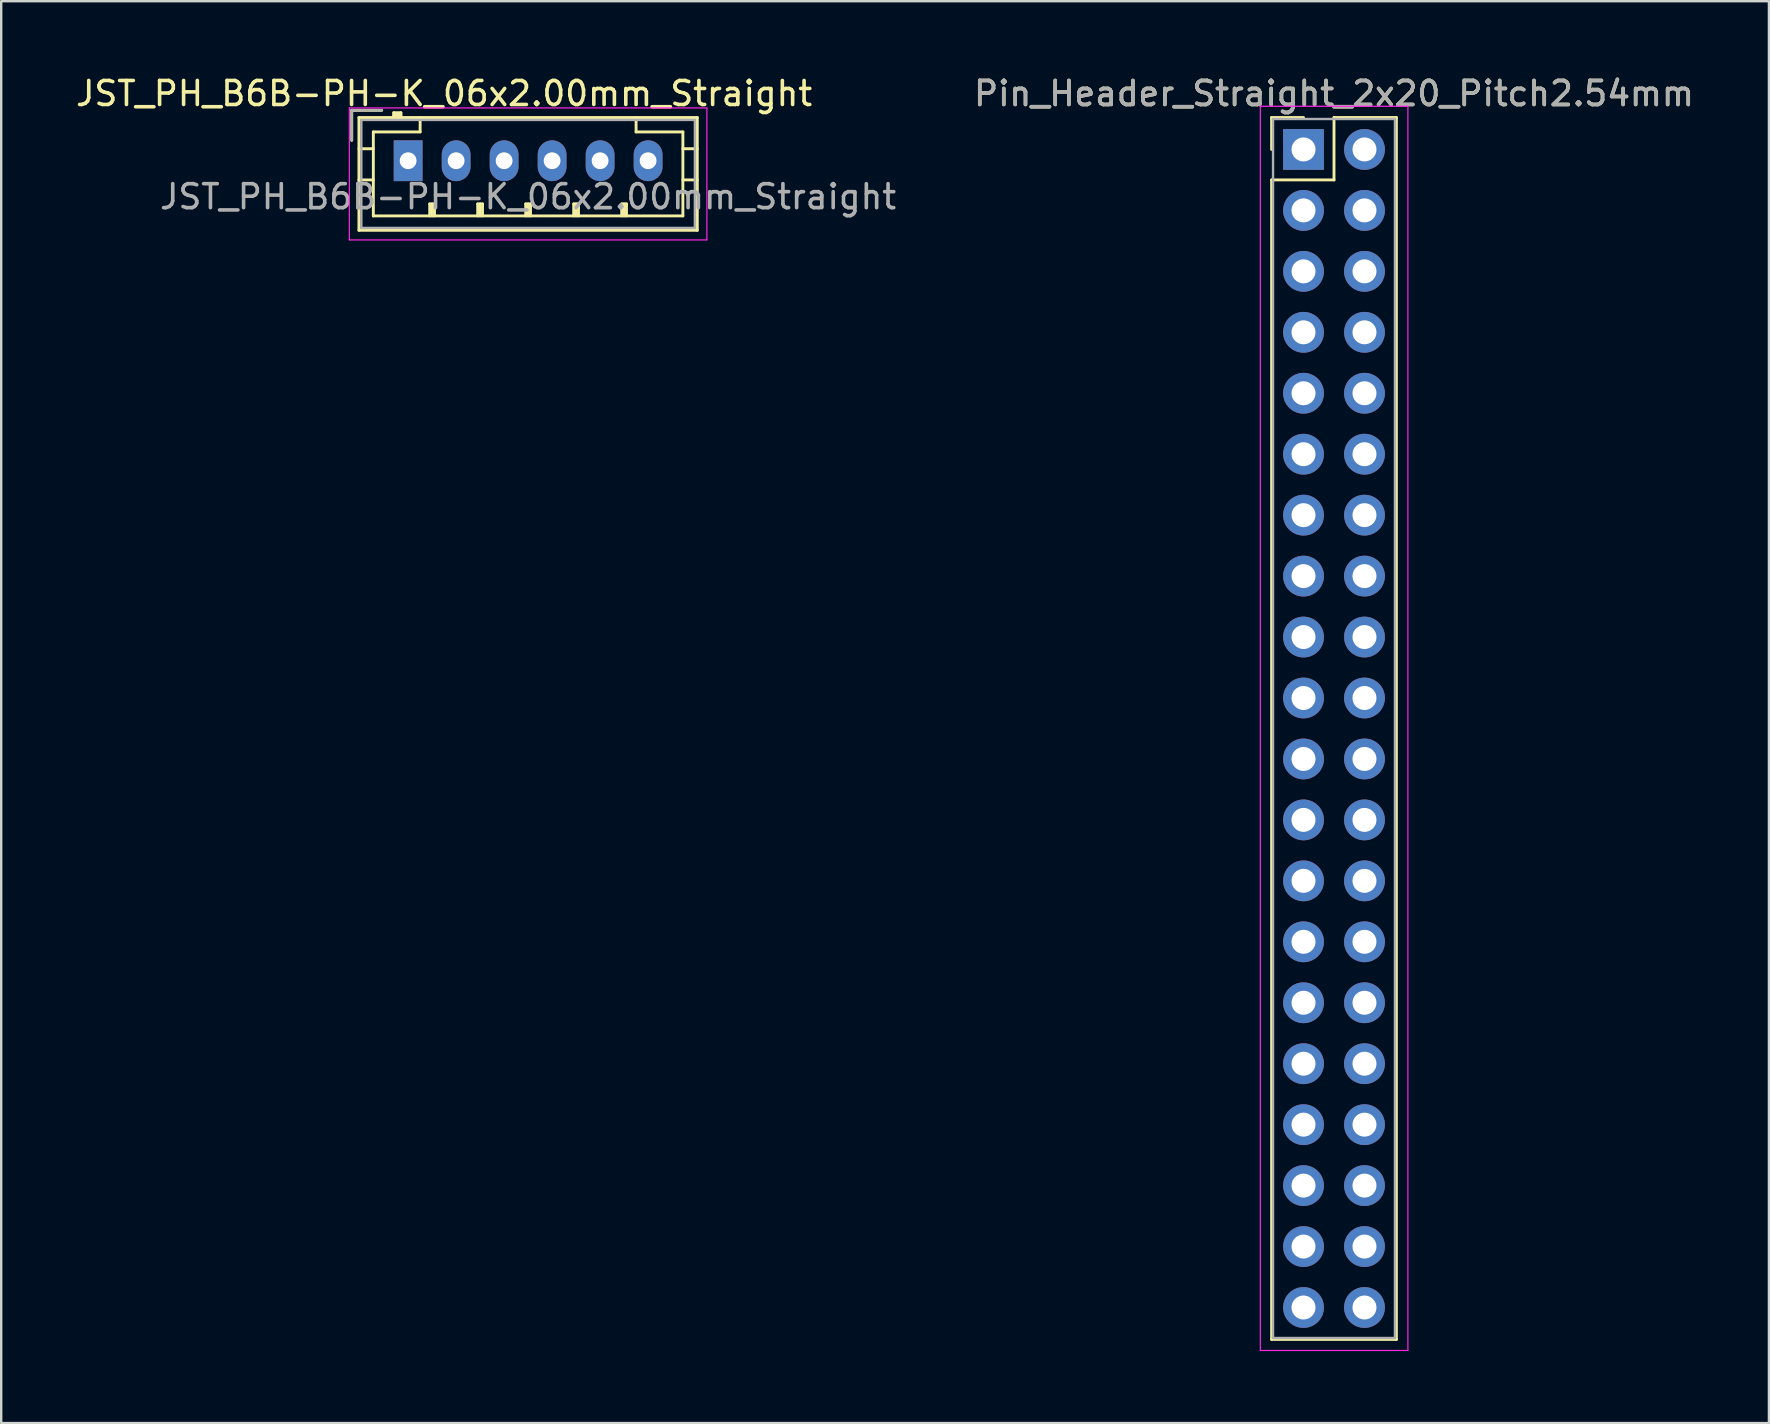
<source format=kicad_pcb>
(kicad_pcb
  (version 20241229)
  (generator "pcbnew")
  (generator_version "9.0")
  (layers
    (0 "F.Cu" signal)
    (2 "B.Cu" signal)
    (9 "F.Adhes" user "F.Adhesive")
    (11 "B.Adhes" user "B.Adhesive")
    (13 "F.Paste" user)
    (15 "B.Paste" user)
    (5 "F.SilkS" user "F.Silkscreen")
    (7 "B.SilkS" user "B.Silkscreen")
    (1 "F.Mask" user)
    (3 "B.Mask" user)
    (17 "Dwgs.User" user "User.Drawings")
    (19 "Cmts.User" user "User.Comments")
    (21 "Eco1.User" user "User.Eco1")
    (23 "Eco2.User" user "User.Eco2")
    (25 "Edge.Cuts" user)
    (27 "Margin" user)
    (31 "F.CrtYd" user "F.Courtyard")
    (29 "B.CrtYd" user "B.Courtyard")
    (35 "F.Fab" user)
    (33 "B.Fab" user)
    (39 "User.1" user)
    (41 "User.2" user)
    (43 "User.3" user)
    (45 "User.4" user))
  (footprint "Pin_Header_Straight_2x20_Pitch2.54mm"
    (layer "F.Cu")
    (at 51.272 3.178)
    (property "Reference" "Pin_Header_Straight_2x20_Pitch2.54mm" (at 1.27 -2.33 0) (layer "F.SilkS") (effects (font (size 1 1) (thickness 0.15))))
    (attr through_hole)
    (fp_line (start -1.33 -1.33) (end 0 -1.33) (stroke (width 0.12) (type solid)) (layer "F.SilkS"))
    (fp_line (start -1.33 0) (end -1.33 -1.33) (stroke (width 0.12) (type solid)) (layer "F.SilkS"))
    (fp_line (start -1.33 1.27) (end -1.33 49.59) (stroke (width 0.12) (type solid)) (layer "F.SilkS"))
    (fp_line (start -1.33 49.59) (end 3.87 49.59) (stroke (width 0.12) (type solid)) (layer "F.SilkS"))
    (fp_line (start 1.27 -1.33) (end 1.27 1.27) (stroke (width 0.12) (type solid)) (layer "F.SilkS"))
    (fp_line (start 1.27 1.27) (end -1.33 1.27) (stroke (width 0.12) (type solid)) (layer "F.SilkS"))
    (fp_line (start 3.87 -1.33) (end 1.27 -1.33) (stroke (width 0.12) (type solid)) (layer "F.SilkS"))
    (fp_line (start 3.87 49.59) (end 3.87 -1.33) (stroke (width 0.12) (type solid)) (layer "F.SilkS"))
    (fp_line (start -1.8 -1.8) (end -1.8 50.05) (stroke (width 0.05) (type solid)) (layer "F.CrtYd"))
    (fp_line (start -1.8 50.05) (end 4.35 50.05) (stroke (width 0.05) (type solid)) (layer "F.CrtYd"))
    (fp_line (start 4.35 -1.8) (end -1.8 -1.8) (stroke (width 0.05) (type solid)) (layer "F.CrtYd"))
    (fp_line (start 4.35 50.05) (end 4.35 -1.8) (stroke (width 0.05) (type solid)) (layer "F.CrtYd"))
    (fp_line (start -1.27 -1.27) (end -1.27 49.53) (stroke (width 0.1) (type solid)) (layer "F.Fab"))
    (fp_line (start -1.27 49.53) (end 3.81 49.53) (stroke (width 0.1) (type solid)) (layer "F.Fab"))
    (fp_line (start 3.81 -1.27) (end -1.27 -1.27) (stroke (width 0.1) (type solid)) (layer "F.Fab"))
    (fp_line (start 3.81 49.53) (end 3.81 -1.27) (stroke (width 0.1) (type solid)) (layer "F.Fab"))
    (fp_text user "${REFERENCE}" (at 1.27 -2.33 0) (layer "F.Fab") (effects (font (size 1 1) (thickness 0.15))))
    (pad "1" thru_hole rect (at 0 0) (size 1.7 1.7) (drill 1) (layers "*.Cu" "*.Mask"))
    (pad "2" thru_hole oval (at 2.54 0) (size 1.7 1.7) (drill 1) (layers "*.Cu" "*.Mask"))
    (pad "3" thru_hole oval (at 0 2.54) (size 1.7 1.7) (drill 1) (layers "*.Cu" "*.Mask"))
    (pad "4" thru_hole oval (at 2.54 2.54) (size 1.7 1.7) (drill 1) (layers "*.Cu" "*.Mask"))
    (pad "5" thru_hole oval (at 0 5.08) (size 1.7 1.7) (drill 1) (layers "*.Cu" "*.Mask"))
    (pad "6" thru_hole oval (at 2.54 5.08) (size 1.7 1.7) (drill 1) (layers "*.Cu" "*.Mask"))
    (pad "7" thru_hole oval (at 0 7.62) (size 1.7 1.7) (drill 1) (layers "*.Cu" "*.Mask"))
    (pad "8" thru_hole oval (at 2.54 7.62) (size 1.7 1.7) (drill 1) (layers "*.Cu" "*.Mask"))
    (pad "9" thru_hole oval (at 0 10.16) (size 1.7 1.7) (drill 1) (layers "*.Cu" "*.Mask"))
    (pad "10" thru_hole oval (at 2.54 10.16) (size 1.7 1.7) (drill 1) (layers "*.Cu" "*.Mask"))
    (pad "11" thru_hole oval (at 0 12.7) (size 1.7 1.7) (drill 1) (layers "*.Cu" "*.Mask"))
    (pad "12" thru_hole oval (at 2.54 12.7) (size 1.7 1.7) (drill 1) (layers "*.Cu" "*.Mask"))
    (pad "13" thru_hole oval (at 0 15.24) (size 1.7 1.7) (drill 1) (layers "*.Cu" "*.Mask"))
    (pad "14" thru_hole oval (at 2.54 15.24) (size 1.7 1.7) (drill 1) (layers "*.Cu" "*.Mask"))
    (pad "15" thru_hole oval (at 0 17.78) (size 1.7 1.7) (drill 1) (layers "*.Cu" "*.Mask"))
    (pad "16" thru_hole oval (at 2.54 17.78) (size 1.7 1.7) (drill 1) (layers "*.Cu" "*.Mask"))
    (pad "17" thru_hole oval (at 0 20.32) (size 1.7 1.7) (drill 1) (layers "*.Cu" "*.Mask"))
    (pad "18" thru_hole oval (at 2.54 20.32) (size 1.7 1.7) (drill 1) (layers "*.Cu" "*.Mask"))
    (pad "19" thru_hole oval (at 0 22.86) (size 1.7 1.7) (drill 1) (layers "*.Cu" "*.Mask"))
    (pad "20" thru_hole oval (at 2.54 22.86) (size 1.7 1.7) (drill 1) (layers "*.Cu" "*.Mask"))
    (pad "21" thru_hole oval (at 0 25.4) (size 1.7 1.7) (drill 1) (layers "*.Cu" "*.Mask"))
    (pad "22" thru_hole oval (at 2.54 25.4) (size 1.7 1.7) (drill 1) (layers "*.Cu" "*.Mask"))
    (pad "23" thru_hole oval (at 0 27.94) (size 1.7 1.7) (drill 1) (layers "*.Cu" "*.Mask"))
    (pad "24" thru_hole oval (at 2.54 27.94) (size 1.7 1.7) (drill 1) (layers "*.Cu" "*.Mask"))
    (pad "25" thru_hole oval (at 0 30.48) (size 1.7 1.7) (drill 1) (layers "*.Cu" "*.Mask"))
    (pad "26" thru_hole oval (at 2.54 30.48) (size 1.7 1.7) (drill 1) (layers "*.Cu" "*.Mask"))
    (pad "27" thru_hole oval (at 0 33.02) (size 1.7 1.7) (drill 1) (layers "*.Cu" "*.Mask"))
    (pad "28" thru_hole oval (at 2.54 33.02) (size 1.7 1.7) (drill 1) (layers "*.Cu" "*.Mask"))
    (pad "29" thru_hole oval (at 0 35.56) (size 1.7 1.7) (drill 1) (layers "*.Cu" "*.Mask"))
    (pad "30" thru_hole oval (at 2.54 35.56) (size 1.7 1.7) (drill 1) (layers "*.Cu" "*.Mask"))
    (pad "31" thru_hole oval (at 0 38.1) (size 1.7 1.7) (drill 1) (layers "*.Cu" "*.Mask"))
    (pad "32" thru_hole oval (at 2.54 38.1) (size 1.7 1.7) (drill 1) (layers "*.Cu" "*.Mask"))
    (pad "33" thru_hole oval (at 0 40.64) (size 1.7 1.7) (drill 1) (layers "*.Cu" "*.Mask"))
    (pad "34" thru_hole oval (at 2.54 40.64) (size 1.7 1.7) (drill 1) (layers "*.Cu" "*.Mask"))
    (pad "35" thru_hole oval (at 0 43.18) (size 1.7 1.7) (drill 1) (layers "*.Cu" "*.Mask"))
    (pad "36" thru_hole oval (at 2.54 43.18) (size 1.7 1.7) (drill 1) (layers "*.Cu" "*.Mask"))
    (pad "37" thru_hole oval (at 0 45.72) (size 1.7 1.7) (drill 1) (layers "*.Cu" "*.Mask"))
    (pad "38" thru_hole oval (at 2.54 45.72) (size 1.7 1.7) (drill 1) (layers "*.Cu" "*.Mask"))
    (pad "39" thru_hole oval (at 0 48.26) (size 1.7 1.7) (drill 1) (layers "*.Cu" "*.Mask"))
    (pad "40" thru_hole oval (at 2.54 48.26) (size 1.7 1.7) (drill 1) (layers "*.Cu" "*.Mask")))
  (footprint "JST_PH_B6B-PH-K_06x2.00mm_Straight"
    (layer "F.Cu")
    (at 13.958 3.648)
    (property "Reference" "JST_PH_B6B-PH-K_06x2.00mm_Straight" (at 1.5 -2.8 0) (layer "F.SilkS") (effects (font (size 1 1) (thickness 0.15))))
    (attr through_hole)
    (fp_line (start -2.35 -2.1) (end -2.35 -0.85) (stroke (width 0.12) (type solid)) (layer "F.SilkS"))
    (fp_line (start -2.05 -1.8) (end -2.05 2.9) (stroke (width 0.12) (type solid)) (layer "F.SilkS"))
    (fp_line (start -2.05 -0.5) (end -1.45 -0.5) (stroke (width 0.12) (type solid)) (layer "F.SilkS"))
    (fp_line (start -2.05 0.8) (end -1.45 0.8) (stroke (width 0.12) (type solid)) (layer "F.SilkS"))
    (fp_line (start -2.05 2.9) (end 12.05 2.9) (stroke (width 0.12) (type solid)) (layer "F.SilkS"))
    (fp_line (start -1.45 -1.2) (end -1.45 2.3) (stroke (width 0.12) (type solid)) (layer "F.SilkS"))
    (fp_line (start -1.45 2.3) (end 11.45 2.3) (stroke (width 0.12) (type solid)) (layer "F.SilkS"))
    (fp_line (start -1.1 -2.1) (end -2.35 -2.1) (stroke (width 0.12) (type solid)) (layer "F.SilkS"))
    (fp_line (start -0.6 -2) (end -0.6 -1.8) (stroke (width 0.12) (type solid)) (layer "F.SilkS"))
    (fp_line (start -0.3 -2) (end -0.6 -2) (stroke (width 0.12) (type solid)) (layer "F.SilkS"))
    (fp_line (start -0.3 -1.9) (end -0.6 -1.9) (stroke (width 0.12) (type solid)) (layer "F.SilkS"))
    (fp_line (start -0.3 -1.8) (end -0.3 -2) (stroke (width 0.12) (type solid)) (layer "F.SilkS"))
    (fp_line (start 0.5 -1.8) (end 0.5 -1.2) (stroke (width 0.12) (type solid)) (layer "F.SilkS"))
    (fp_line (start 0.5 -1.2) (end -1.45 -1.2) (stroke (width 0.12) (type solid)) (layer "F.SilkS"))
    (fp_line (start 0.9 1.8) (end 1.1 1.8) (stroke (width 0.12) (type solid)) (layer "F.SilkS"))
    (fp_line (start 0.9 2.3) (end 0.9 1.8) (stroke (width 0.12) (type solid)) (layer "F.SilkS"))
    (fp_line (start 1 2.3) (end 1 1.8) (stroke (width 0.12) (type solid)) (layer "F.SilkS"))
    (fp_line (start 1.1 1.8) (end 1.1 2.3) (stroke (width 0.12) (type solid)) (layer "F.SilkS"))
    (fp_line (start 2.9 1.8) (end 3.1 1.8) (stroke (width 0.12) (type solid)) (layer "F.SilkS"))
    (fp_line (start 2.9 2.3) (end 2.9 1.8) (stroke (width 0.12) (type solid)) (layer "F.SilkS"))
    (fp_line (start 3 2.3) (end 3 1.8) (stroke (width 0.12) (type solid)) (layer "F.SilkS"))
    (fp_line (start 3.1 1.8) (end 3.1 2.3) (stroke (width 0.12) (type solid)) (layer "F.SilkS"))
    (fp_line (start 4.9 1.8) (end 5.1 1.8) (stroke (width 0.12) (type solid)) (layer "F.SilkS"))
    (fp_line (start 4.9 2.3) (end 4.9 1.8) (stroke (width 0.12) (type solid)) (layer "F.SilkS"))
    (fp_line (start 5 2.3) (end 5 1.8) (stroke (width 0.12) (type solid)) (layer "F.SilkS"))
    (fp_line (start 5.1 1.8) (end 5.1 2.3) (stroke (width 0.12) (type solid)) (layer "F.SilkS"))
    (fp_line (start 6.9 1.8) (end 7.1 1.8) (stroke (width 0.12) (type solid)) (layer "F.SilkS"))
    (fp_line (start 6.9 2.3) (end 6.9 1.8) (stroke (width 0.12) (type solid)) (layer "F.SilkS"))
    (fp_line (start 7 2.3) (end 7 1.8) (stroke (width 0.12) (type solid)) (layer "F.SilkS"))
    (fp_line (start 7.1 1.8) (end 7.1 2.3) (stroke (width 0.12) (type solid)) (layer "F.SilkS"))
    (fp_line (start 8.9 1.8) (end 9.1 1.8) (stroke (width 0.12) (type solid)) (layer "F.SilkS"))
    (fp_line (start 8.9 2.3) (end 8.9 1.8) (stroke (width 0.12) (type solid)) (layer "F.SilkS"))
    (fp_line (start 9 2.3) (end 9 1.8) (stroke (width 0.12) (type solid)) (layer "F.SilkS"))
    (fp_line (start 9.1 1.8) (end 9.1 2.3) (stroke (width 0.12) (type solid)) (layer "F.SilkS"))
    (fp_line (start 9.5 -1.2) (end 9.5 -1.8) (stroke (width 0.12) (type solid)) (layer "F.SilkS"))
    (fp_line (start 11.45 -1.2) (end 9.5 -1.2) (stroke (width 0.12) (type solid)) (layer "F.SilkS"))
    (fp_line (start 11.45 2.3) (end 11.45 -1.2) (stroke (width 0.12) (type solid)) (layer "F.SilkS"))
    (fp_line (start 12.05 -1.8) (end -2.05 -1.8) (stroke (width 0.12) (type solid)) (layer "F.SilkS"))
    (fp_line (start 12.05 -0.5) (end 11.45 -0.5) (stroke (width 0.12) (type solid)) (layer "F.SilkS"))
    (fp_line (start 12.05 0.8) (end 11.45 0.8) (stroke (width 0.12) (type solid)) (layer "F.SilkS"))
    (fp_line (start 12.05 2.9) (end 12.05 -1.8) (stroke (width 0.12) (type solid)) (layer "F.SilkS"))
    (fp_line (start -2.45 -2.2) (end -2.45 3.3) (stroke (width 0.05) (type solid)) (layer "F.CrtYd"))
    (fp_line (start -2.45 3.3) (end 12.45 3.3) (stroke (width 0.05) (type solid)) (layer "F.CrtYd"))
    (fp_line (start 12.45 -2.2) (end -2.45 -2.2) (stroke (width 0.05) (type solid)) (layer "F.CrtYd"))
    (fp_line (start 12.45 3.3) (end 12.45 -2.2) (stroke (width 0.05) (type solid)) (layer "F.CrtYd"))
    (fp_line (start -2.35 -2.1) (end -2.35 -0.85) (stroke (width 0.1) (type solid)) (layer "F.Fab"))
    (fp_line (start -1.95 -1.7) (end -1.95 2.8) (stroke (width 0.1) (type solid)) (layer "F.Fab"))
    (fp_line (start -1.95 2.8) (end 11.95 2.8) (stroke (width 0.1) (type solid)) (layer "F.Fab"))
    (fp_line (start -1.1 -2.1) (end -2.35 -2.1) (stroke (width 0.1) (type solid)) (layer "F.Fab"))
    (fp_line (start 11.95 -1.7) (end -1.95 -1.7) (stroke (width 0.1) (type solid)) (layer "F.Fab"))
    (fp_line (start 11.95 2.8) (end 11.95 -1.7) (stroke (width 0.1) (type solid)) (layer "F.Fab"))
    (fp_text user "${REFERENCE}" (at 5 1.5 0) (layer "F.Fab") (effects (font (size 1 1) (thickness 0.15))))
    (pad "1" thru_hole rect (at 0 0) (size 1.2 1.7) (drill 0.7) (layers "*.Cu" "*.Mask"))
    (pad "2" thru_hole oval (at 2 0) (size 1.2 1.7) (drill 0.7) (layers "*.Cu" "*.Mask"))
    (pad "3" thru_hole oval (at 4 0) (size 1.2 1.7) (drill 0.7) (layers "*.Cu" "*.Mask"))
    (pad "4" thru_hole oval (at 6 0) (size 1.2 1.7) (drill 0.7) (layers "*.Cu" "*.Mask"))
    (pad "5" thru_hole oval (at 8 0) (size 1.2 1.7) (drill 0.7) (layers "*.Cu" "*.Mask"))
    (pad "6" thru_hole oval (at 10 0) (size 1.2 1.7) (drill 0.7) (layers "*.Cu" "*.Mask")))
  (gr_rect
    (start -3 -3)
    (end 70.667 56.253)
    (stroke (width 0.1) (type default))
    (fill no)
    (layer "Edge.Cuts")))
</source>
